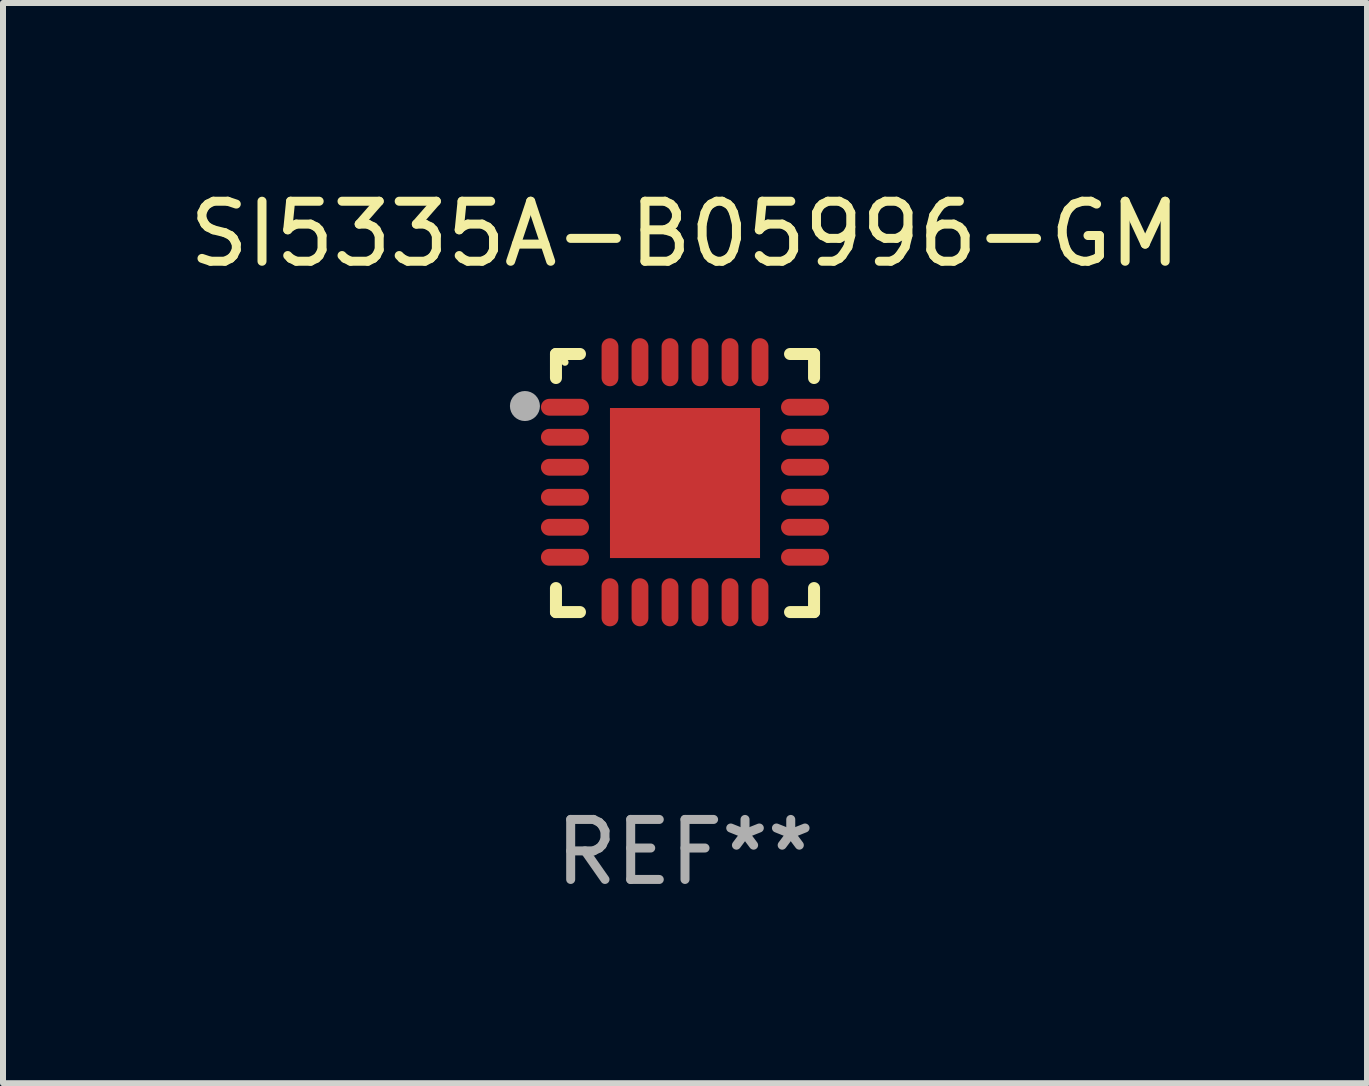
<source format=kicad_pcb>
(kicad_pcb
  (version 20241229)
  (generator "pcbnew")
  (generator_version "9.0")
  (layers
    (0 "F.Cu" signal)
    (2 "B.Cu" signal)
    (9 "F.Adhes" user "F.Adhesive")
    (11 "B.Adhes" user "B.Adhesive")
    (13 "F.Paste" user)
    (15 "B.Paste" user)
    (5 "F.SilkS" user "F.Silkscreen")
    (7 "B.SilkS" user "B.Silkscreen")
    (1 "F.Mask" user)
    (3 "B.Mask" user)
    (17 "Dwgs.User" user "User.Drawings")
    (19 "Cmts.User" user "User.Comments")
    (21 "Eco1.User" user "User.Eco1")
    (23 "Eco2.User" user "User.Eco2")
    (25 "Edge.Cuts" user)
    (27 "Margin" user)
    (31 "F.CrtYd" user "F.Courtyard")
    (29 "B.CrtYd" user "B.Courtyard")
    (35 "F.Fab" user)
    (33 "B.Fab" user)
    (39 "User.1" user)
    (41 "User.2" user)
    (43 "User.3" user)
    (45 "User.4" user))
  (footprint "SI5335A-B05996-GM"
    (layer "F.Cu")
    (at 8.363 4.998)
    (property "Reference" "SI5335A-B05996-GM" (at 0 -4.15 0) (layer "F.SilkS") (effects (font (size 1 1) (thickness 0.15))))
    (attr through_hole)
    (fp_line (start -2.15 -2.15) (end -1.75 -2.15) (stroke (width 0.2) (type solid)) (layer "F.SilkS"))
    (fp_line (start -2.15 -1.75) (end -2.15 -2.15) (stroke (width 0.2) (type solid)) (layer "F.SilkS"))
    (fp_line (start -2.15 2.15) (end -2.15 1.75) (stroke (width 0.2) (type solid)) (layer "F.SilkS"))
    (fp_line (start -1.75 2.15) (end -2.15 2.15) (stroke (width 0.2) (type solid)) (layer "F.SilkS"))
    (fp_line (start 1.75 -2.15) (end 2.15 -2.15) (stroke (width 0.2) (type solid)) (layer "F.SilkS"))
    (fp_line (start 1.75 2.15) (end 2.15 2.15) (stroke (width 0.2) (type solid)) (layer "F.SilkS"))
    (fp_line (start 2.15 -2.15) (end 2.15 -1.75) (stroke (width 0.2) (type solid)) (layer "F.SilkS"))
    (fp_line (start 2.15 2.15) (end 2.15 1.75) (stroke (width 0.2) (type solid)) (layer "F.SilkS"))
    (fp_circle (center -2 -2.013) (end -1.97 -2.013) (stroke (width 0.06) (type solid)) (fill no) (layer "F.SilkS"))
    (fp_circle (center -2.667 -1.283) (end -2.542 -1.283) (stroke (width 0.25) (type solid)) (fill no) (layer "F.Fab"))
    (fp_text user "REF**" (at 0 6.15 0) (layer "F.Fab") (effects (font (size 1 1) (thickness 0.15))))
    (pad "1" smd oval (at -2 -1.263) (size 0.8 0.28) (layers "F.Cu" "F.Mask" "F.Paste"))
    (pad "2" smd oval (at -2 -0.763) (size 0.8 0.28) (layers "F.Cu" "F.Mask" "F.Paste"))
    (pad "3" smd oval (at -2 -0.263) (size 0.8 0.28) (layers "F.Cu" "F.Mask" "F.Paste"))
    (pad "4" smd oval (at -2 0.237) (size 0.8 0.28) (layers "F.Cu" "F.Mask" "F.Paste"))
    (pad "5" smd oval (at -2 0.737) (size 0.8 0.28) (layers "F.Cu" "F.Mask" "F.Paste"))
    (pad "6" smd oval (at -2 1.237) (size 0.8 0.28) (layers "F.Cu" "F.Mask" "F.Paste"))
    (pad "7" smd oval (at -1.25 1.987) (size 0.28 0.8) (layers "F.Cu" "F.Mask" "F.Paste"))
    (pad "8" smd oval (at -0.75 1.987) (size 0.28 0.8) (layers "F.Cu" "F.Mask" "F.Paste"))
    (pad "9" smd oval (at -0.25 1.987) (size 0.28 0.8) (layers "F.Cu" "F.Mask" "F.Paste"))
    (pad "10" smd oval (at 0.25 1.987) (size 0.28 0.8) (layers "F.Cu" "F.Mask" "F.Paste"))
    (pad "11" smd oval (at 0.75 1.987) (size 0.28 0.8) (layers "F.Cu" "F.Mask" "F.Paste"))
    (pad "12" smd oval (at 1.25 1.987) (size 0.28 0.8) (layers "F.Cu" "F.Mask" "F.Paste"))
    (pad "13" smd oval (at 2 1.237) (size 0.8 0.28) (layers "F.Cu" "F.Mask" "F.Paste"))
    (pad "14" smd oval (at 2 0.737) (size 0.8 0.28) (layers "F.Cu" "F.Mask" "F.Paste"))
    (pad "15" smd oval (at 2 0.237) (size 0.8 0.28) (layers "F.Cu" "F.Mask" "F.Paste"))
    (pad "16" smd oval (at 2 -0.263) (size 0.8 0.28) (layers "F.Cu" "F.Mask" "F.Paste"))
    (pad "17" smd oval (at 2 -0.763) (size 0.8 0.28) (layers "F.Cu" "F.Mask" "F.Paste"))
    (pad "18" smd oval (at 2 -1.263) (size 0.8 0.28) (layers "F.Cu" "F.Mask" "F.Paste"))
    (pad "19" smd oval (at 1.25 -2.013) (size 0.28 0.8) (layers "F.Cu" "F.Mask" "F.Paste"))
    (pad "20" smd oval (at 0.75 -2.013) (size 0.28 0.8) (layers "F.Cu" "F.Mask" "F.Paste"))
    (pad "21" smd oval (at 0.25 -2.013) (size 0.28 0.8) (layers "F.Cu" "F.Mask" "F.Paste"))
    (pad "22" smd oval (at -0.25 -2.013) (size 0.28 0.8) (layers "F.Cu" "F.Mask" "F.Paste"))
    (pad "23" smd oval (at -0.75 -2.013) (size 0.28 0.8) (layers "F.Cu" "F.Mask" "F.Paste"))
    (pad "24" smd oval (at -1.25 -2.013) (size 0.28 0.8) (layers "F.Cu" "F.Mask" "F.Paste"))
    (pad "25" smd rect (at -0.000127 -0.00014) (size 2.5 2.5) (layers "F.Cu" "F.Mask" "F.Paste")))
  (gr_rect
    (start -3 -3)
    (end 19.726 14.997)
    (stroke (width 0.1) (type default))
    (fill no)
    (layer "Edge.Cuts")))
</source>
